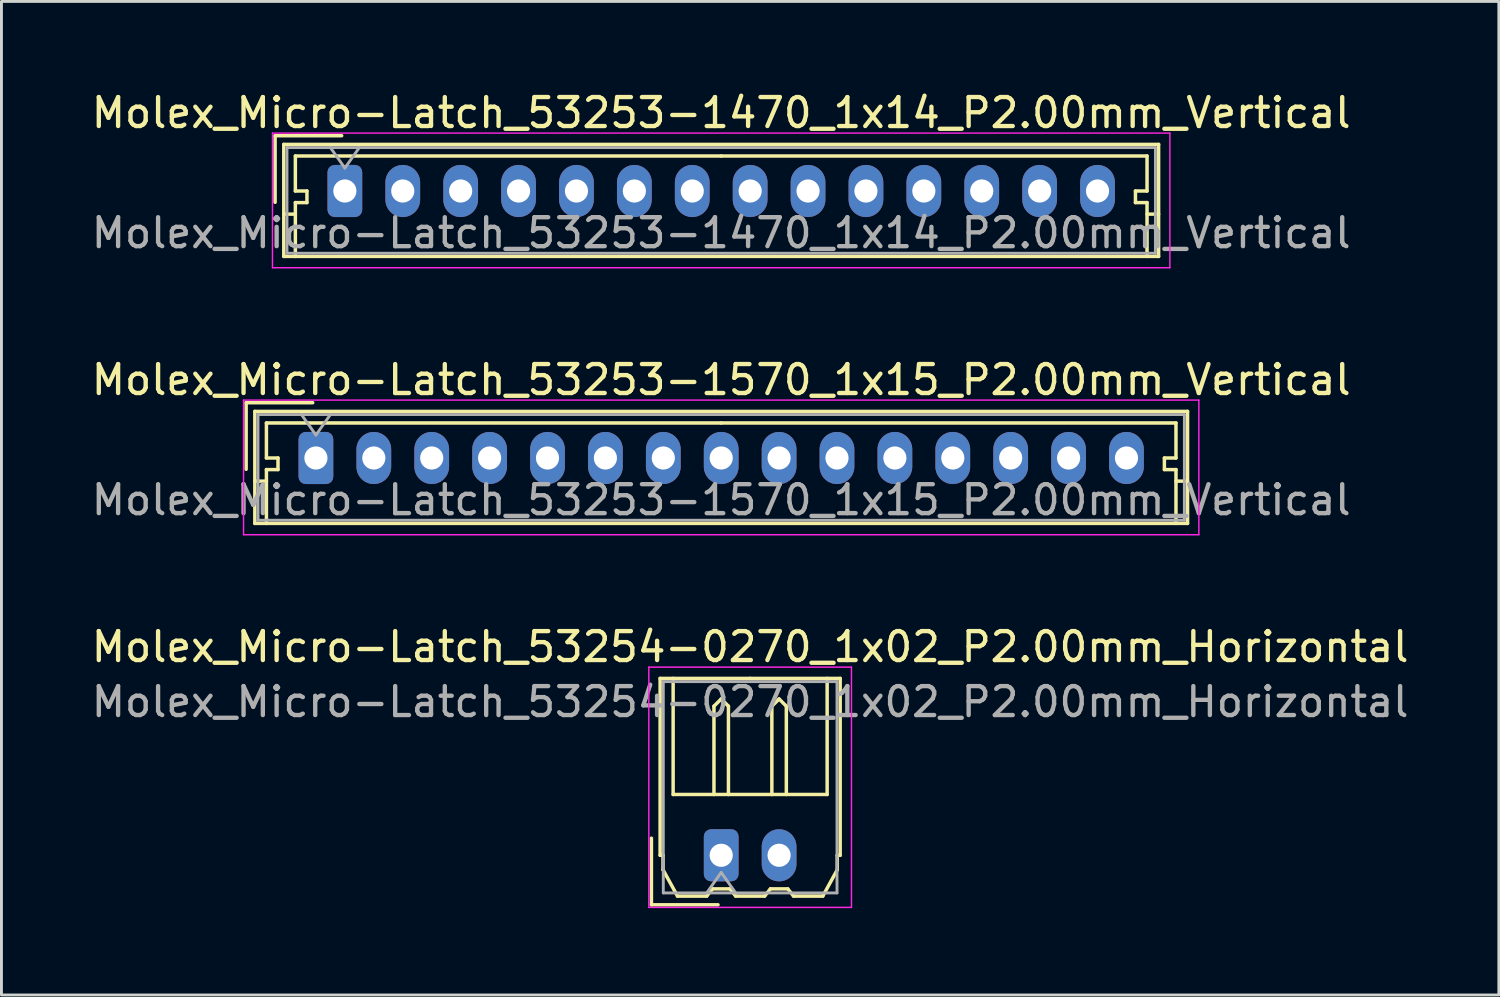
<source format=kicad_pcb>
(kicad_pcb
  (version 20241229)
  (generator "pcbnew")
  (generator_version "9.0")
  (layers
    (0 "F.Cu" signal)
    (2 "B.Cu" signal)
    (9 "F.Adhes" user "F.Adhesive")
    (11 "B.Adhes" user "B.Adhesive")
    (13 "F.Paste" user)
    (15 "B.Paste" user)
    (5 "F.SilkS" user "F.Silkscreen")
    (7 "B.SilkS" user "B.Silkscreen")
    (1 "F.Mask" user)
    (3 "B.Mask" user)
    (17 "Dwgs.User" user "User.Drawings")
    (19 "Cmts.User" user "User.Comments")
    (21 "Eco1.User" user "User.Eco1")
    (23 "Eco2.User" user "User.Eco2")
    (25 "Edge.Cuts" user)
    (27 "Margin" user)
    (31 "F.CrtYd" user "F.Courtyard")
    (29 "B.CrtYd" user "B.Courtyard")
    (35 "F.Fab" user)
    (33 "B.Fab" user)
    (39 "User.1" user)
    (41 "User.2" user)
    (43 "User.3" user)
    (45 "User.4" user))
  (footprint "Molex_Micro-Latch_53254-0270_1x02_P2.00mm_Horizontal"
    (layer "F.Cu")
    (at 21.863 26.495)
    (property "Reference" "Molex_Micro-Latch_53254-0270_1x02_P2.00mm_Horizontal" (at 1 -7.2 0) (layer "F.SilkS") (effects (font (size 1 1) (thickness 0.15))))
    (attr through_hole)
    (fp_line (start -2.41 1.71) (end -2.41 -0.59) (stroke (width 0.12) (type solid)) (layer "F.SilkS"))
    (fp_line (start -2.11 -6.11) (end 1 -6.11) (stroke (width 0.12) (type solid)) (layer "F.SilkS"))
    (fp_line (start -2.11 0) (end -2.11 -6.11) (stroke (width 0.12) (type solid)) (layer "F.SilkS"))
    (fp_line (start -2.01 0) (end -2.11 0) (stroke (width 0.12) (type solid)) (layer "F.SilkS"))
    (fp_line (start -2.01 0.5) (end -2.01 0) (stroke (width 0.12) (type solid)) (layer "F.SilkS"))
    (fp_line (start -1.66 -6.11) (end -1.66 -2.1) (stroke (width 0.12) (type solid)) (layer "F.SilkS"))
    (fp_line (start -1.66 -2.1) (end 3.66 -2.1) (stroke (width 0.12) (type solid)) (layer "F.SilkS"))
    (fp_line (start -1.51 1.41) (end -2.01 0.5) (stroke (width 0.12) (type solid)) (layer "F.SilkS"))
    (fp_line (start -0.5 1.41) (end -1.51 1.41) (stroke (width 0.12) (type solid)) (layer "F.SilkS"))
    (fp_line (start -0.3 1.16) (end -0.5 1.41) (stroke (width 0.12) (type solid)) (layer "F.SilkS"))
    (fp_line (start -0.3 1.16) (end 0.3 1.16) (stroke (width 0.12) (type solid)) (layer "F.SilkS"))
    (fp_line (start -0.25 -5.15) (end 0 -5.4) (stroke (width 0.12) (type solid)) (layer "F.SilkS"))
    (fp_line (start -0.25 -2.1) (end -0.25 -5.15) (stroke (width 0.12) (type solid)) (layer "F.SilkS"))
    (fp_line (start -0.11 1.71) (end -2.41 1.71) (stroke (width 0.12) (type solid)) (layer "F.SilkS"))
    (fp_line (start 0 -5.4) (end 0.25 -5.15) (stroke (width 0.12) (type solid)) (layer "F.SilkS"))
    (fp_line (start 0.25 -5.15) (end 0.25 -2.1) (stroke (width 0.12) (type solid)) (layer "F.SilkS"))
    (fp_line (start 0.3 1.16) (end 0.5 1.41) (stroke (width 0.12) (type solid)) (layer "F.SilkS"))
    (fp_line (start 0.5 1.41) (end 1.5 1.41) (stroke (width 0.12) (type solid)) (layer "F.SilkS"))
    (fp_line (start 1.5 1.41) (end 1.7 1.16) (stroke (width 0.12) (type solid)) (layer "F.SilkS"))
    (fp_line (start 1.7 1.16) (end 2.3 1.16) (stroke (width 0.12) (type solid)) (layer "F.SilkS"))
    (fp_line (start 1.75 -5.15) (end 2 -5.4) (stroke (width 0.12) (type solid)) (layer "F.SilkS"))
    (fp_line (start 1.75 -2.1) (end 1.75 -5.15) (stroke (width 0.12) (type solid)) (layer "F.SilkS"))
    (fp_line (start 2 -5.4) (end 2.25 -5.15) (stroke (width 0.12) (type solid)) (layer "F.SilkS"))
    (fp_line (start 2.25 -5.15) (end 2.25 -2.1) (stroke (width 0.12) (type solid)) (layer "F.SilkS"))
    (fp_line (start 2.3 1.16) (end 2.5 1.41) (stroke (width 0.12) (type solid)) (layer "F.SilkS"))
    (fp_line (start 2.5 1.41) (end 3.51 1.41) (stroke (width 0.12) (type solid)) (layer "F.SilkS"))
    (fp_line (start 3.51 1.41) (end 4.01 0.5) (stroke (width 0.12) (type solid)) (layer "F.SilkS"))
    (fp_line (start 3.66 -2.1) (end 3.66 -6.11) (stroke (width 0.12) (type solid)) (layer "F.SilkS"))
    (fp_line (start 4.01 0) (end 4.11 0) (stroke (width 0.12) (type solid)) (layer "F.SilkS"))
    (fp_line (start 4.01 0.5) (end 4.01 0) (stroke (width 0.12) (type solid)) (layer "F.SilkS"))
    (fp_line (start 4.11 -6.11) (end 1 -6.11) (stroke (width 0.12) (type solid)) (layer "F.SilkS"))
    (fp_line (start 4.11 0) (end 4.11 -6.11) (stroke (width 0.12) (type solid)) (layer "F.SilkS"))
    (fp_line (start -2.5 -6.5) (end -2.5 1.8) (stroke (width 0.05) (type solid)) (layer "F.CrtYd"))
    (fp_line (start -2.5 1.8) (end 4.5 1.8) (stroke (width 0.05) (type solid)) (layer "F.CrtYd"))
    (fp_line (start 4.5 -6.5) (end -2.5 -6.5) (stroke (width 0.05) (type solid)) (layer "F.CrtYd"))
    (fp_line (start 4.5 1.8) (end 4.5 -6.5) (stroke (width 0.05) (type solid)) (layer "F.CrtYd"))
    (fp_line (start -2 -6) (end -2 1.3) (stroke (width 0.1) (type solid)) (layer "F.Fab"))
    (fp_line (start -2 1.3) (end 4 1.3) (stroke (width 0.1) (type solid)) (layer "F.Fab"))
    (fp_line (start -0.5 1.3) (end 0 0.593) (stroke (width 0.1) (type solid)) (layer "F.Fab"))
    (fp_line (start 0 0.593) (end 0.5 1.3) (stroke (width 0.1) (type solid)) (layer "F.Fab"))
    (fp_line (start 4 -6) (end -2 -6) (stroke (width 0.1) (type solid)) (layer "F.Fab"))
    (fp_line (start 4 1.3) (end 4 -6) (stroke (width 0.1) (type solid)) (layer "F.Fab"))
    (fp_text user "${REFERENCE}" (at 1 -5.3 0) (layer "F.Fab") (effects (font (size 1 1) (thickness 0.15))))
    (pad "1" thru_hole roundrect (at 0 0) (size 1.2 1.8) (drill 0.8) (layers "*.Cu" "*.Mask") (roundrect_rratio 0.208))
    (pad "2" thru_hole oval (at 2 0) (size 1.2 1.8) (drill 0.8) (layers "*.Cu" "*.Mask")))
  (footprint "Molex_Micro-Latch_53253-1470_1x14_P2.00mm_Vertical"
    (layer "F.Cu")
    (at 8.863 3.548)
    (property "Reference" "Molex_Micro-Latch_53253-1470_1x14_P2.00mm_Vertical" (at 13 -2.7 0) (layer "F.SilkS") (effects (font (size 1 1) (thickness 0.15))))
    (attr through_hole)
    (fp_line (start -2.41 -1.91) (end -2.41 0.39) (stroke (width 0.12) (type solid)) (layer "F.SilkS"))
    (fp_line (start -2.11 -1.61) (end -2.11 2.26) (stroke (width 0.12) (type solid)) (layer "F.SilkS"))
    (fp_line (start -2.11 0.8) (end -1.71 0.8) (stroke (width 0.12) (type solid)) (layer "F.SilkS"))
    (fp_line (start -2.11 2.26) (end 28.11 2.26) (stroke (width 0.12) (type solid)) (layer "F.SilkS"))
    (fp_line (start -1.71 -1.21) (end -1.71 0) (stroke (width 0.12) (type solid)) (layer "F.SilkS"))
    (fp_line (start -1.71 0) (end -1.31 0) (stroke (width 0.12) (type solid)) (layer "F.SilkS"))
    (fp_line (start -1.71 0.4) (end -1.71 2.26) (stroke (width 0.12) (type solid)) (layer "F.SilkS"))
    (fp_line (start -1.31 0) (end -1.31 0.4) (stroke (width 0.12) (type solid)) (layer "F.SilkS"))
    (fp_line (start -1.31 0.4) (end -1.71 0.4) (stroke (width 0.12) (type solid)) (layer "F.SilkS"))
    (fp_line (start -0.11 -1.91) (end -2.41 -1.91) (stroke (width 0.12) (type solid)) (layer "F.SilkS"))
    (fp_line (start 13 -1.21) (end -1.71 -1.21) (stroke (width 0.12) (type solid)) (layer "F.SilkS"))
    (fp_line (start 13 -1.21) (end 27.71 -1.21) (stroke (width 0.12) (type solid)) (layer "F.SilkS"))
    (fp_line (start 27.31 0) (end 27.31 0.4) (stroke (width 0.12) (type solid)) (layer "F.SilkS"))
    (fp_line (start 27.31 0.4) (end 27.71 0.4) (stroke (width 0.12) (type solid)) (layer "F.SilkS"))
    (fp_line (start 27.71 -1.21) (end 27.71 0) (stroke (width 0.12) (type solid)) (layer "F.SilkS"))
    (fp_line (start 27.71 0) (end 27.31 0) (stroke (width 0.12) (type solid)) (layer "F.SilkS"))
    (fp_line (start 27.71 0.4) (end 27.71 2.26) (stroke (width 0.12) (type solid)) (layer "F.SilkS"))
    (fp_line (start 28.11 -1.61) (end -2.11 -1.61) (stroke (width 0.12) (type solid)) (layer "F.SilkS"))
    (fp_line (start 28.11 0.8) (end 27.71 0.8) (stroke (width 0.12) (type solid)) (layer "F.SilkS"))
    (fp_line (start 28.11 2.26) (end 28.11 -1.61) (stroke (width 0.12) (type solid)) (layer "F.SilkS"))
    (fp_line (start -2.5 -2) (end -2.5 2.65) (stroke (width 0.05) (type solid)) (layer "F.CrtYd"))
    (fp_line (start -2.5 2.65) (end 28.5 2.65) (stroke (width 0.05) (type solid)) (layer "F.CrtYd"))
    (fp_line (start 28.5 -2) (end -2.5 -2) (stroke (width 0.05) (type solid)) (layer "F.CrtYd"))
    (fp_line (start 28.5 2.65) (end 28.5 -2) (stroke (width 0.05) (type solid)) (layer "F.CrtYd"))
    (fp_line (start -2 -1.5) (end -2 2.15) (stroke (width 0.1) (type solid)) (layer "F.Fab"))
    (fp_line (start -2 2.15) (end 28 2.15) (stroke (width 0.1) (type solid)) (layer "F.Fab"))
    (fp_line (start -0.5 -1.5) (end 0 -0.793) (stroke (width 0.1) (type solid)) (layer "F.Fab"))
    (fp_line (start 0 -0.793) (end 0.5 -1.5) (stroke (width 0.1) (type solid)) (layer "F.Fab"))
    (fp_line (start 28 -1.5) (end -2 -1.5) (stroke (width 0.1) (type solid)) (layer "F.Fab"))
    (fp_line (start 28 2.15) (end 28 -1.5) (stroke (width 0.1) (type solid)) (layer "F.Fab"))
    (fp_text user "${REFERENCE}" (at 13 1.45 0) (layer "F.Fab") (effects (font (size 1 1) (thickness 0.15))))
    (pad "1" thru_hole roundrect (at 0 0) (size 1.2 1.8) (drill 0.8) (layers "*.Cu" "*.Mask") (roundrect_rratio 0.208))
    (pad "2" thru_hole oval (at 2 0) (size 1.2 1.8) (drill 0.8) (layers "*.Cu" "*.Mask"))
    (pad "3" thru_hole oval (at 4 0) (size 1.2 1.8) (drill 0.8) (layers "*.Cu" "*.Mask"))
    (pad "4" thru_hole oval (at 6 0) (size 1.2 1.8) (drill 0.8) (layers "*.Cu" "*.Mask"))
    (pad "5" thru_hole oval (at 8 0) (size 1.2 1.8) (drill 0.8) (layers "*.Cu" "*.Mask"))
    (pad "6" thru_hole oval (at 10 0) (size 1.2 1.8) (drill 0.8) (layers "*.Cu" "*.Mask"))
    (pad "7" thru_hole oval (at 12 0) (size 1.2 1.8) (drill 0.8) (layers "*.Cu" "*.Mask"))
    (pad "8" thru_hole oval (at 14 0) (size 1.2 1.8) (drill 0.8) (layers "*.Cu" "*.Mask"))
    (pad "9" thru_hole oval (at 16 0) (size 1.2 1.8) (drill 0.8) (layers "*.Cu" "*.Mask"))
    (pad "10" thru_hole oval (at 18 0) (size 1.2 1.8) (drill 0.8) (layers "*.Cu" "*.Mask"))
    (pad "11" thru_hole oval (at 20 0) (size 1.2 1.8) (drill 0.8) (layers "*.Cu" "*.Mask"))
    (pad "12" thru_hole oval (at 22 0) (size 1.2 1.8) (drill 0.8) (layers "*.Cu" "*.Mask"))
    (pad "13" thru_hole oval (at 24 0) (size 1.2 1.8) (drill 0.8) (layers "*.Cu" "*.Mask"))
    (pad "14" thru_hole oval (at 26 0) (size 1.2 1.8) (drill 0.8) (layers "*.Cu" "*.Mask")))
  (footprint "Molex_Micro-Latch_53253-1570_1x15_P2.00mm_Vertical"
    (layer "F.Cu")
    (at 7.863 12.771)
    (property "Reference" "Molex_Micro-Latch_53253-1570_1x15_P2.00mm_Vertical" (at 14 -2.7 0) (layer "F.SilkS") (effects (font (size 1 1) (thickness 0.15))))
    (attr through_hole)
    (fp_line (start -2.41 -1.91) (end -2.41 0.39) (stroke (width 0.12) (type solid)) (layer "F.SilkS"))
    (fp_line (start -2.11 -1.61) (end -2.11 2.26) (stroke (width 0.12) (type solid)) (layer "F.SilkS"))
    (fp_line (start -2.11 0.8) (end -1.71 0.8) (stroke (width 0.12) (type solid)) (layer "F.SilkS"))
    (fp_line (start -2.11 2.26) (end 30.11 2.26) (stroke (width 0.12) (type solid)) (layer "F.SilkS"))
    (fp_line (start -1.71 -1.21) (end -1.71 0) (stroke (width 0.12) (type solid)) (layer "F.SilkS"))
    (fp_line (start -1.71 0) (end -1.31 0) (stroke (width 0.12) (type solid)) (layer "F.SilkS"))
    (fp_line (start -1.71 0.4) (end -1.71 2.26) (stroke (width 0.12) (type solid)) (layer "F.SilkS"))
    (fp_line (start -1.31 0) (end -1.31 0.4) (stroke (width 0.12) (type solid)) (layer "F.SilkS"))
    (fp_line (start -1.31 0.4) (end -1.71 0.4) (stroke (width 0.12) (type solid)) (layer "F.SilkS"))
    (fp_line (start -0.11 -1.91) (end -2.41 -1.91) (stroke (width 0.12) (type solid)) (layer "F.SilkS"))
    (fp_line (start 14 -1.21) (end -1.71 -1.21) (stroke (width 0.12) (type solid)) (layer "F.SilkS"))
    (fp_line (start 14 -1.21) (end 29.71 -1.21) (stroke (width 0.12) (type solid)) (layer "F.SilkS"))
    (fp_line (start 29.31 0) (end 29.31 0.4) (stroke (width 0.12) (type solid)) (layer "F.SilkS"))
    (fp_line (start 29.31 0.4) (end 29.71 0.4) (stroke (width 0.12) (type solid)) (layer "F.SilkS"))
    (fp_line (start 29.71 -1.21) (end 29.71 0) (stroke (width 0.12) (type solid)) (layer "F.SilkS"))
    (fp_line (start 29.71 0) (end 29.31 0) (stroke (width 0.12) (type solid)) (layer "F.SilkS"))
    (fp_line (start 29.71 0.4) (end 29.71 2.26) (stroke (width 0.12) (type solid)) (layer "F.SilkS"))
    (fp_line (start 30.11 -1.61) (end -2.11 -1.61) (stroke (width 0.12) (type solid)) (layer "F.SilkS"))
    (fp_line (start 30.11 0.8) (end 29.71 0.8) (stroke (width 0.12) (type solid)) (layer "F.SilkS"))
    (fp_line (start 30.11 2.26) (end 30.11 -1.61) (stroke (width 0.12) (type solid)) (layer "F.SilkS"))
    (fp_line (start -2.5 -2) (end -2.5 2.65) (stroke (width 0.05) (type solid)) (layer "F.CrtYd"))
    (fp_line (start -2.5 2.65) (end 30.5 2.65) (stroke (width 0.05) (type solid)) (layer "F.CrtYd"))
    (fp_line (start 30.5 -2) (end -2.5 -2) (stroke (width 0.05) (type solid)) (layer "F.CrtYd"))
    (fp_line (start 30.5 2.65) (end 30.5 -2) (stroke (width 0.05) (type solid)) (layer "F.CrtYd"))
    (fp_line (start -2 -1.5) (end -2 2.15) (stroke (width 0.1) (type solid)) (layer "F.Fab"))
    (fp_line (start -2 2.15) (end 30 2.15) (stroke (width 0.1) (type solid)) (layer "F.Fab"))
    (fp_line (start -0.5 -1.5) (end 0 -0.793) (stroke (width 0.1) (type solid)) (layer "F.Fab"))
    (fp_line (start 0 -0.793) (end 0.5 -1.5) (stroke (width 0.1) (type solid)) (layer "F.Fab"))
    (fp_line (start 30 -1.5) (end -2 -1.5) (stroke (width 0.1) (type solid)) (layer "F.Fab"))
    (fp_line (start 30 2.15) (end 30 -1.5) (stroke (width 0.1) (type solid)) (layer "F.Fab"))
    (fp_text user "${REFERENCE}" (at 14 1.45 0) (layer "F.Fab") (effects (font (size 1 1) (thickness 0.15))))
    (pad "1" thru_hole roundrect (at 0 0) (size 1.2 1.8) (drill 0.8) (layers "*.Cu" "*.Mask") (roundrect_rratio 0.208))
    (pad "2" thru_hole oval (at 2 0) (size 1.2 1.8) (drill 0.8) (layers "*.Cu" "*.Mask"))
    (pad "3" thru_hole oval (at 4 0) (size 1.2 1.8) (drill 0.8) (layers "*.Cu" "*.Mask"))
    (pad "4" thru_hole oval (at 6 0) (size 1.2 1.8) (drill 0.8) (layers "*.Cu" "*.Mask"))
    (pad "5" thru_hole oval (at 8 0) (size 1.2 1.8) (drill 0.8) (layers "*.Cu" "*.Mask"))
    (pad "6" thru_hole oval (at 10 0) (size 1.2 1.8) (drill 0.8) (layers "*.Cu" "*.Mask"))
    (pad "7" thru_hole oval (at 12 0) (size 1.2 1.8) (drill 0.8) (layers "*.Cu" "*.Mask"))
    (pad "8" thru_hole oval (at 14 0) (size 1.2 1.8) (drill 0.8) (layers "*.Cu" "*.Mask"))
    (pad "9" thru_hole oval (at 16 0) (size 1.2 1.8) (drill 0.8) (layers "*.Cu" "*.Mask"))
    (pad "10" thru_hole oval (at 18 0) (size 1.2 1.8) (drill 0.8) (layers "*.Cu" "*.Mask"))
    (pad "11" thru_hole oval (at 20 0) (size 1.2 1.8) (drill 0.8) (layers "*.Cu" "*.Mask"))
    (pad "12" thru_hole oval (at 22 0) (size 1.2 1.8) (drill 0.8) (layers "*.Cu" "*.Mask"))
    (pad "13" thru_hole oval (at 24 0) (size 1.2 1.8) (drill 0.8) (layers "*.Cu" "*.Mask"))
    (pad "14" thru_hole oval (at 26 0) (size 1.2 1.8) (drill 0.8) (layers "*.Cu" "*.Mask"))
    (pad "15" thru_hole oval (at 28 0) (size 1.2 1.8) (drill 0.8) (layers "*.Cu" "*.Mask")))
  (gr_rect
    (start -3 -3)
    (end 48.726 31.32)
    (stroke (width 0.1) (type default))
    (fill no)
    (layer "Edge.Cuts")))
</source>
